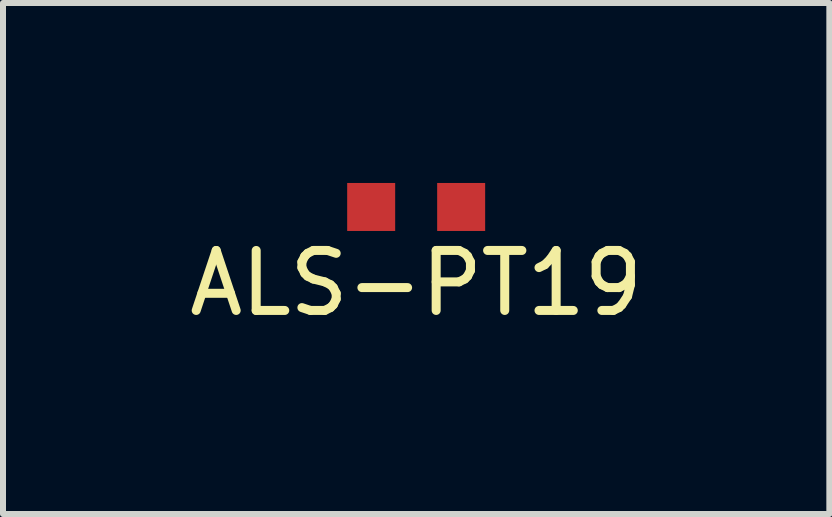
<source format=kicad_pcb>
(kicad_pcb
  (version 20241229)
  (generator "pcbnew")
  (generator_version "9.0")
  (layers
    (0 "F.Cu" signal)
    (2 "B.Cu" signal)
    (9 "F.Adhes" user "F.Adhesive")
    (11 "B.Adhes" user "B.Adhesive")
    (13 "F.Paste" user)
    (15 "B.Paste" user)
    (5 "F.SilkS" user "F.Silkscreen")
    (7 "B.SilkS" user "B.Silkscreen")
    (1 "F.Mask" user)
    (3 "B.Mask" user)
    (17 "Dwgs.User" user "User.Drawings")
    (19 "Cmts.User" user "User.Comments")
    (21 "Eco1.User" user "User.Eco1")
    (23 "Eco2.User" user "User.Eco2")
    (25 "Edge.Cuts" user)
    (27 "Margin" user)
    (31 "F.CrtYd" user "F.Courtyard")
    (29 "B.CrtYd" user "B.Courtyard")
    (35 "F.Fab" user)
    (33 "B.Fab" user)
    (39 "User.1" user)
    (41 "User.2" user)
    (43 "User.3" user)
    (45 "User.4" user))
  (footprint "ALS-PT19"
    (layer "F.Cu")
    (at 3.887 0.4)
    (property "Reference" "ALS-PT19" (at 0 1.27 0) (layer "F.SilkS") (effects (font (size 1 1) (thickness 0.15))))
    (attr through_hole)
    (pad "1" smd rect (at -0.75 0) (size 0.8 0.8) (layers "F.Cu" "F.Mask" "F.Paste"))
    (pad "2" smd rect (at 0.75 0) (size 0.8 0.8) (layers "F.Cu" "F.Mask" "F.Paste")))
  (gr_rect
    (start -3 -3)
    (end 10.774 5.518)
    (stroke (width 0.1) (type default))
    (fill no)
    (layer "Edge.Cuts")))
</source>
